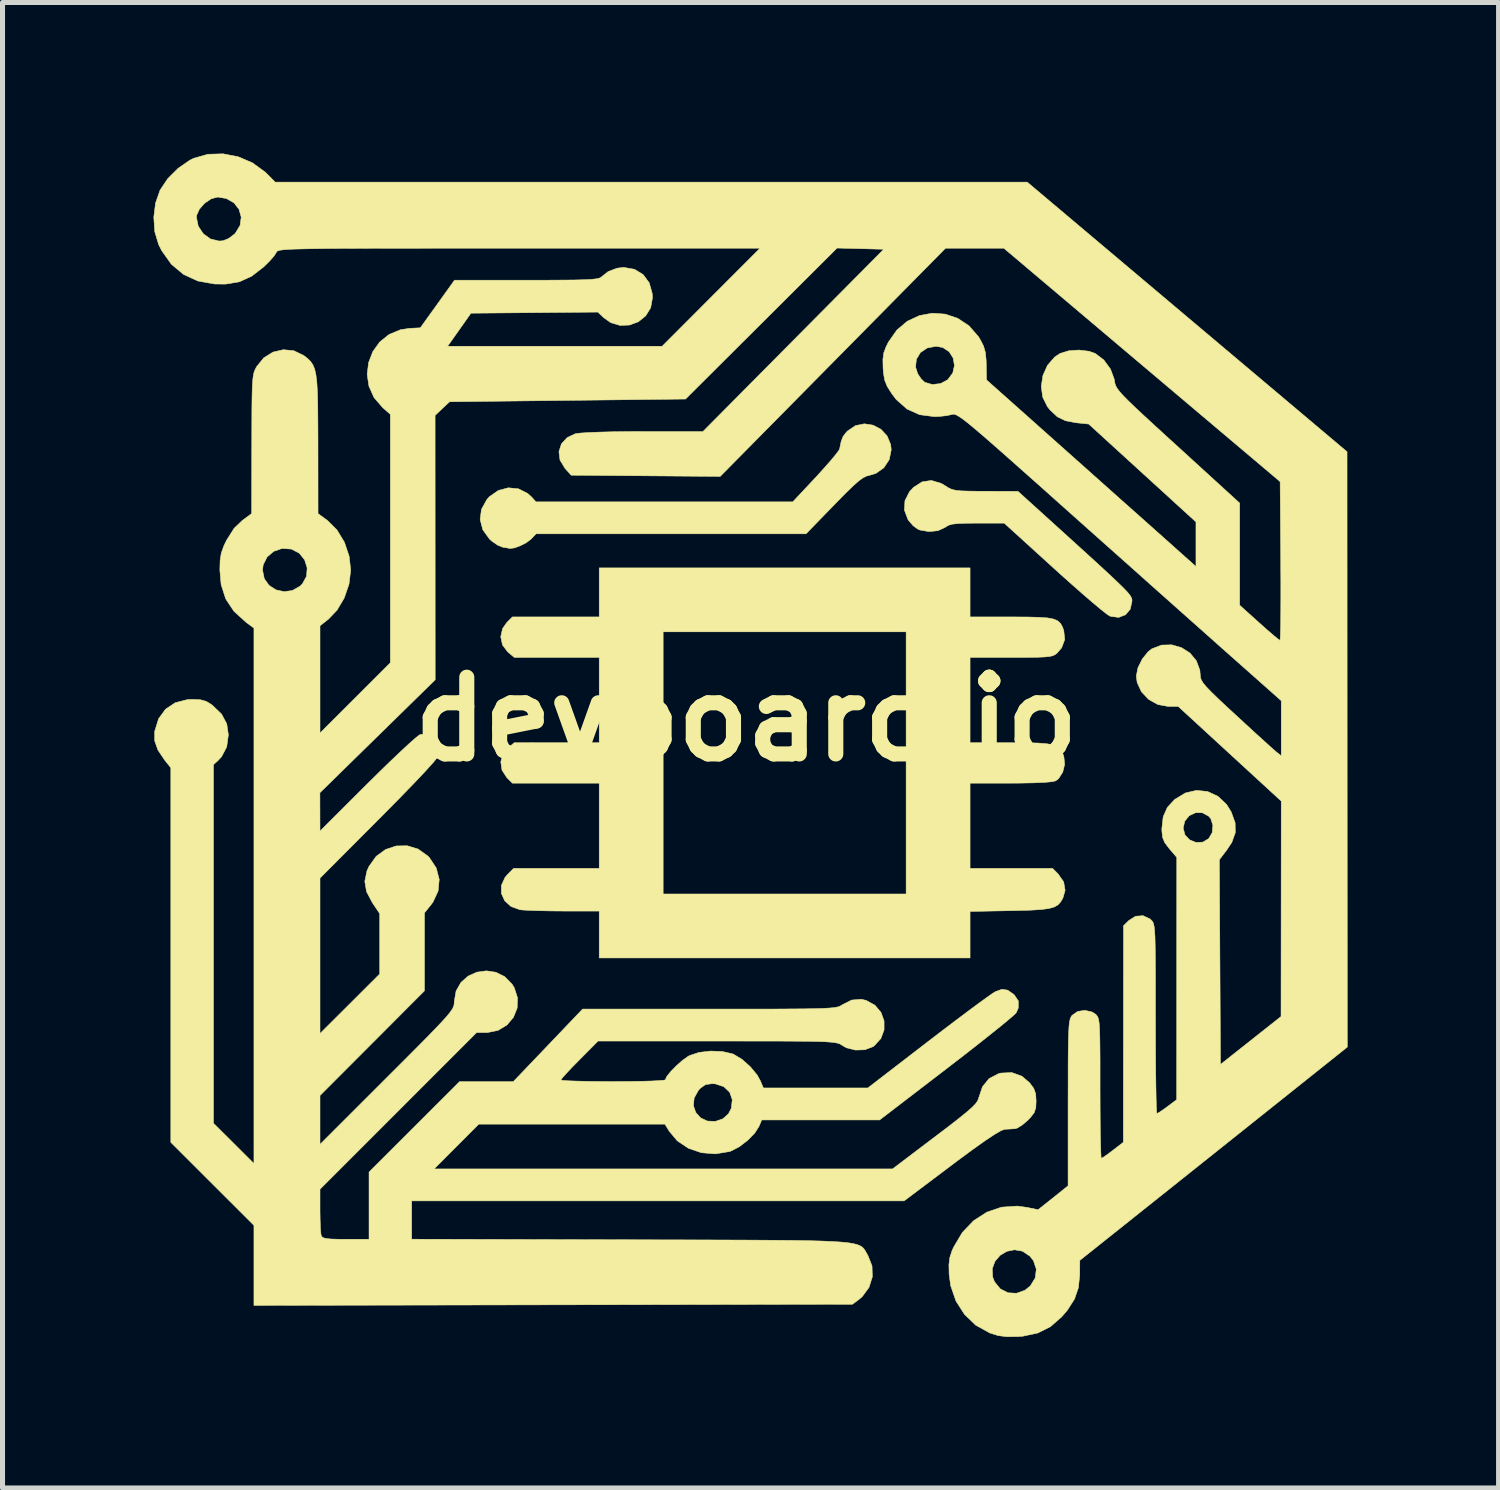
<source format=kicad_pcb>
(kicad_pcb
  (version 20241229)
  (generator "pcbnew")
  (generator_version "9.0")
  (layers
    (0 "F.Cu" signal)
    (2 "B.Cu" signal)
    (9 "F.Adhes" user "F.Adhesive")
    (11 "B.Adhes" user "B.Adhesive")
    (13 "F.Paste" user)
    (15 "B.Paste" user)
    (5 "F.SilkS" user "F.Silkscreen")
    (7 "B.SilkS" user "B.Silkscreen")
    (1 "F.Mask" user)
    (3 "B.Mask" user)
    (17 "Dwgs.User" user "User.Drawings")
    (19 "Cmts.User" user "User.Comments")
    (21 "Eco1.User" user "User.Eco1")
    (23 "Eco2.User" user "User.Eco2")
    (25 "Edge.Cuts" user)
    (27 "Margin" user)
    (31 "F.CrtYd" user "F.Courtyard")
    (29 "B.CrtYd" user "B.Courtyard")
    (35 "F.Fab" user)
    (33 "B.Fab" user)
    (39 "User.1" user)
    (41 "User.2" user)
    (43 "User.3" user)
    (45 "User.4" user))
  (footprint "devboard.io"
    (layer "F.Cu")
    (at 11.773 11.236)
    (property "Reference" "devboard.io" (at 0 0 0) (layer "F.SilkS") (effects (font (size 1.524 1.524) (thickness 0.3))))
    (attr through_hole)
    (fp_poly (pts (xy 2.518 -5.841) (xy 2.675 -5.759) (xy 2.797 -5.628) (xy 2.868 -5.457) (xy 2.879 -5.351) (xy 2.84 -5.158) (xy 2.734 -4.996) (xy 2.576 -4.884) (xy 2.456 -4.847) (xy 2.389 -4.83) (xy 2.319 -4.795) (xy 2.235 -4.735) (xy 2.128 -4.64) (xy 1.986 -4.503) (xy 1.8 -4.314) (xy 1.739 -4.251) (xy 1.187 -3.683) (xy -4.176 -3.683) (xy -4.276 -3.577) (xy -4.364 -3.51) (xy -4.485 -3.447) (xy -4.606 -3.403) (xy -4.693 -3.392) (xy -4.699 -3.393) (xy -4.752 -3.403) (xy -4.838 -3.417) (xy -4.939 -3.458) (xy -5.056 -3.539) (xy -5.101 -3.58) (xy -5.233 -3.764) (xy -5.286 -3.965) (xy -5.26 -4.168) (xy -5.155 -4.36) (xy -5.1 -4.422) (xy -4.923 -4.545) (xy -4.725 -4.597) (xy -4.525 -4.577) (xy -4.342 -4.485) (xy -4.259 -4.409) (xy -4.178 -4.318) (xy 0.924 -4.318) (xy 1.383 -4.808) (xy 1.54 -4.981) (xy 1.676 -5.135) (xy 1.78 -5.261) (xy 1.842 -5.345) (xy 1.854 -5.369) (xy 1.885 -5.519) (xy 1.924 -5.618) (xy 1.987 -5.7) (xy 2.011 -5.725) (xy 2.169 -5.832) (xy 2.344 -5.868) (xy 2.518 -5.841)) (stroke (width 0.01) (type solid)) (fill yes) (layer "F.SilkS"))
    (fp_poly (pts (xy 3.869 -4.686) (xy 3.954 -4.636) (xy 4.018 -4.595) (xy 4.081 -4.566) (xy 4.16 -4.547) (xy 4.269 -4.536) (xy 4.424 -4.531) (xy 4.642 -4.528) (xy 4.754 -4.528) (xy 5.397 -4.526) (xy 6.287 -3.72) (xy 6.616 -3.421) (xy 6.889 -3.173) (xy 7.109 -2.971) (xy 7.283 -2.809) (xy 7.416 -2.682) (xy 7.514 -2.585) (xy 7.582 -2.512) (xy 7.625 -2.457) (xy 7.649 -2.416) (xy 7.66 -2.382) (xy 7.662 -2.35) (xy 7.662 -2.346) (xy 7.627 -2.186) (xy 7.533 -2.075) (xy 7.398 -2.023) (xy 7.24 -2.043) (xy 7.215 -2.053) (xy 7.153 -2.095) (xy 7.038 -2.186) (xy 6.879 -2.319) (xy 6.683 -2.488) (xy 6.459 -2.685) (xy 6.217 -2.901) (xy 6.107 -3.001) (xy 5.124 -3.895) (xy 4.59 -3.895) (xy 4.362 -3.893) (xy 4.203 -3.887) (xy 4.094 -3.875) (xy 4.02 -3.854) (xy 3.963 -3.821) (xy 3.949 -3.81) (xy 3.807 -3.745) (xy 3.629 -3.727) (xy 3.451 -3.758) (xy 3.409 -3.775) (xy 3.314 -3.844) (xy 3.223 -3.95) (xy 3.211 -3.968) (xy 3.141 -4.154) (xy 3.152 -4.342) (xy 3.242 -4.519) (xy 3.32 -4.604) (xy 3.493 -4.715) (xy 3.676 -4.743) (xy 3.869 -4.686)) (stroke (width 0.01) (type solid)) (fill yes) (layer "F.SilkS"))
    (fp_poly (pts (xy 4.445 -2.032) (xy 5.261 -2.032) (xy 5.57 -2.031) (xy 5.806 -2.025) (xy 5.98 -2.013) (xy 6.103 -1.99) (xy 6.187 -1.954) (xy 6.242 -1.903) (xy 6.281 -1.832) (xy 6.306 -1.763) (xy 6.326 -1.583) (xy 6.264 -1.419) (xy 6.175 -1.316) (xy 6.138 -1.286) (xy 6.092 -1.263) (xy 6.026 -1.247) (xy 5.927 -1.237) (xy 5.783 -1.231) (xy 5.581 -1.228) (xy 5.308 -1.228) (xy 5.263 -1.228) (xy 4.445 -1.228) (xy 4.445 0.466) (xy 5.251 0.466) (xy 5.563 0.467) (xy 5.802 0.473) (xy 5.978 0.488) (xy 6.103 0.512) (xy 6.189 0.551) (xy 6.246 0.606) (xy 6.286 0.68) (xy 6.308 0.741) (xy 6.324 0.896) (xy 6.285 1.053) (xy 6.203 1.18) (xy 6.145 1.224) (xy 6.069 1.241) (xy 5.917 1.255) (xy 5.699 1.264) (xy 5.422 1.269) (xy 5.252 1.27) (xy 4.445 1.27) (xy 4.445 2.963) (xy 6.084 2.963) (xy 6.193 3.072) (xy 6.304 3.23) (xy 6.333 3.399) (xy 6.289 3.552) (xy 6.244 3.629) (xy 6.191 3.687) (xy 6.118 3.729) (xy 6.013 3.759) (xy 5.865 3.779) (xy 5.661 3.792) (xy 5.391 3.8) (xy 5.239 3.803) (xy 4.445 3.818) (xy 4.445 4.741) (xy -2.921 4.741) (xy -2.921 3.81) (xy -3.63 3.81) (xy -3.879 3.808) (xy -4.111 3.803) (xy -4.305 3.797) (xy -4.445 3.789) (xy -4.498 3.783) (xy -4.674 3.719) (xy -4.798 3.606) (xy -4.864 3.46) (xy -4.864 3.3) (xy -4.793 3.144) (xy -4.745 3.087) (xy -4.621 2.963) (xy -2.921 2.963) (xy -2.921 1.27) (xy -4.645 1.27) (xy -4.757 1.158) (xy -4.852 1.011) (xy -4.876 0.845) (xy -4.829 0.685) (xy -4.738 0.575) (xy -4.608 0.466) (xy -2.921 0.466) (xy -2.921 -1.228) (xy -3.764 -1.228) (xy -4.608 -1.228) (xy -4.738 -1.337) (xy -4.842 -1.475) (xy -4.877 -1.637) (xy -4.855 -1.736) (xy -1.651 -1.736) (xy -1.651 3.471) (xy 3.175 3.471) (xy 3.175 -1.736) (xy -1.651 -1.736) (xy -4.855 -1.736) (xy -4.84 -1.801) (xy -4.757 -1.92) (xy -4.645 -2.032) (xy -2.921 -2.032) (xy -2.921 -3.006) (xy 4.445 -3.006) (xy 4.445 -2.032)) (stroke (width 0.01) (type solid)) (fill yes) (layer "F.SilkS"))
    (fp_poly (pts (xy -10.092 -11.173) (xy -9.807 -11.051) (xy -9.558 -10.869) (xy -9.529 -10.842) (xy -9.356 -10.668) (xy 5.581 -10.668) (xy 8.757 -7.99) (xy 11.933 -5.313) (xy 11.935 0.6) (xy 11.938 6.512) (xy 9.282 8.631) (xy 6.625 10.749) (xy 6.623 11.037) (xy 6.597 11.292) (xy 6.519 11.518) (xy 6.379 11.737) (xy 6.265 11.87) (xy 6.041 12.066) (xy 5.789 12.192) (xy 5.493 12.255) (xy 5.378 12.263) (xy 5.17 12.264) (xy 5.005 12.243) (xy 4.845 12.193) (xy 4.83 12.187) (xy 4.558 12.036) (xy 4.334 11.821) (xy 4.165 11.556) (xy 4.06 11.252) (xy 4.029 11.02) (xy 4.027 10.914) (xy 4.886 10.914) (xy 4.894 11.079) (xy 4.931 11.174) (xy 5.046 11.315) (xy 5.198 11.392) (xy 5.367 11.402) (xy 5.534 11.343) (xy 5.641 11.257) (xy 5.74 11.097) (xy 5.761 10.923) (xy 5.705 10.755) (xy 5.634 10.665) (xy 5.486 10.566) (xy 5.329 10.538) (xy 5.176 10.569) (xy 5.041 10.649) (xy 4.94 10.768) (xy 4.886 10.914) (xy 4.027 10.914) (xy 4.025 10.836) (xy 4.042 10.696) (xy 4.085 10.562) (xy 4.117 10.489) (xy 4.292 10.194) (xy 4.516 9.96) (xy 4.778 9.791) (xy 5.069 9.692) (xy 5.379 9.67) (xy 5.568 9.695) (xy 5.797 9.742) (xy 6.095 9.505) (xy 6.392 9.267) (xy 6.392 7.623) (xy 6.393 7.205) (xy 6.393 6.863) (xy 6.395 6.59) (xy 6.399 6.376) (xy 6.404 6.214) (xy 6.411 6.094) (xy 6.421 6.01) (xy 6.434 5.952) (xy 6.45 5.913) (xy 6.47 5.883) (xy 6.472 5.881) (xy 6.582 5.804) (xy 6.726 5.782) (xy 6.869 5.815) (xy 6.941 5.861) (xy 6.964 5.886) (xy 6.983 5.917) (xy 6.998 5.964) (xy 7.009 6.036) (xy 7.017 6.143) (xy 7.022 6.292) (xy 7.025 6.494) (xy 7.027 6.756) (xy 7.027 7.089) (xy 7.027 7.33) (xy 7.028 7.664) (xy 7.03 7.968) (xy 7.033 8.235) (xy 7.038 8.452) (xy 7.043 8.612) (xy 7.048 8.703) (xy 7.052 8.721) (xy 7.097 8.697) (xy 7.186 8.635) (xy 7.283 8.562) (xy 7.489 8.403) (xy 7.493 4.102) (xy 7.597 3.999) (xy 7.733 3.913) (xy 7.882 3.902) (xy 8.02 3.967) (xy 8.035 3.981) (xy 8.057 4.003) (xy 8.076 4.028) (xy 8.09 4.065) (xy 8.102 4.122) (xy 8.111 4.205) (xy 8.118 4.322) (xy 8.122 4.482) (xy 8.125 4.691) (xy 8.127 4.958) (xy 8.128 5.29) (xy 8.128 5.695) (xy 8.128 5.949) (xy 8.129 6.34) (xy 8.13 6.702) (xy 8.133 7.029) (xy 8.137 7.312) (xy 8.141 7.541) (xy 8.146 7.71) (xy 8.151 7.809) (xy 8.156 7.832) (xy 8.202 7.808) (xy 8.292 7.748) (xy 8.366 7.694) (xy 8.549 7.556) (xy 8.55 5.15) (xy 8.551 2.744) (xy 8.403 2.571) (xy 8.313 2.453) (xy 8.269 2.348) (xy 8.255 2.215) (xy 8.255 2.17) (xy 8.256 2.162) (xy 8.678 2.162) (xy 8.714 2.298) (xy 8.807 2.396) (xy 8.932 2.447) (xy 9.068 2.441) (xy 9.186 2.371) (xy 9.255 2.251) (xy 9.268 2.107) (xy 9.227 1.976) (xy 9.186 1.926) (xy 9.057 1.857) (xy 8.92 1.858) (xy 8.797 1.917) (xy 8.709 2.026) (xy 8.678 2.162) (xy 8.256 2.162) (xy 8.281 1.937) (xy 8.364 1.751) (xy 8.509 1.594) (xy 8.721 1.465) (xy 8.943 1.413) (xy 9.164 1.436) (xy 9.367 1.53) (xy 9.539 1.691) (xy 9.633 1.842) (xy 9.71 2.057) (xy 9.714 2.252) (xy 9.644 2.447) (xy 9.542 2.6) (xy 9.397 2.79) (xy 9.419 6.857) (xy 10.02 6.381) (xy 10.622 5.905) (xy 10.624 3.766) (xy 10.626 1.626) (xy 9.603 0.686) (xy 8.58 -0.254) (xy 8.382 -0.254) (xy 8.175 -0.292) (xy 7.992 -0.394) (xy 7.849 -0.545) (xy 7.764 -0.729) (xy 7.747 -0.858) (xy 7.78 -1.022) (xy 7.865 -1.195) (xy 7.982 -1.341) (xy 8.056 -1.399) (xy 8.25 -1.473) (xy 8.452 -1.478) (xy 8.645 -1.422) (xy 8.814 -1.314) (xy 8.94 -1.162) (xy 9.009 -0.976) (xy 9.017 -0.886) (xy 9.021 -0.834) (xy 9.037 -0.782) (xy 9.073 -0.722) (xy 9.136 -0.645) (xy 9.234 -0.543) (xy 9.375 -0.406) (xy 9.566 -0.227) (xy 9.724 -0.082) (xy 9.933 0.111) (xy 10.126 0.288) (xy 10.294 0.44) (xy 10.424 0.558) (xy 10.508 0.632) (xy 10.528 0.649) (xy 10.626 0.726) (xy 10.626 -0.368) (xy 9.39 -1.464) (xy 9.122 -1.703) (xy 8.801 -1.988) (xy 8.439 -2.31) (xy 8.046 -2.66) (xy 7.634 -3.028) (xy 7.212 -3.403) (xy 6.792 -3.777) (xy 6.385 -4.14) (xy 6.174 -4.328) (xy 5.771 -4.688) (xy 5.425 -4.995) (xy 5.133 -5.254) (xy 4.89 -5.468) (xy 4.69 -5.642) (xy 4.529 -5.779) (xy 4.402 -5.884) (xy 4.304 -5.96) (xy 4.23 -6.011) (xy 4.176 -6.042) (xy 4.137 -6.057) (xy 4.107 -6.059) (xy 4.084 -6.053) (xy 3.979 -6.03) (xy 3.831 -6.014) (xy 3.731 -6.011) (xy 3.443 -6.049) (xy 3.192 -6.162) (xy 2.978 -6.352) (xy 2.894 -6.461) (xy 2.801 -6.608) (xy 2.75 -6.732) (xy 2.725 -6.876) (xy 2.717 -6.978) (xy 2.717 -6.995) (xy 3.363 -6.995) (xy 3.405 -6.863) (xy 3.473 -6.761) (xy 3.544 -6.693) (xy 3.545 -6.692) (xy 3.694 -6.649) (xy 3.859 -6.667) (xy 4 -6.742) (xy 4.101 -6.876) (xy 4.135 -7.026) (xy 4.109 -7.174) (xy 4.03 -7.3) (xy 3.903 -7.384) (xy 3.77 -7.408) (xy 3.593 -7.374) (xy 3.459 -7.283) (xy 3.379 -7.151) (xy 3.363 -6.995) (xy 2.717 -6.995) (xy 2.714 -7.148) (xy 2.731 -7.276) (xy 2.778 -7.401) (xy 2.824 -7.492) (xy 2.992 -7.731) (xy 3.201 -7.907) (xy 3.44 -8.018) (xy 3.695 -8.065) (xy 3.952 -8.047) (xy 4.199 -7.964) (xy 4.423 -7.816) (xy 4.61 -7.601) (xy 4.643 -7.548) (xy 4.712 -7.415) (xy 4.749 -7.287) (xy 4.765 -7.126) (xy 4.767 -7.042) (xy 4.772 -6.74) (xy 6.757 -4.972) (xy 7.108 -4.659) (xy 7.442 -4.361) (xy 7.754 -4.084) (xy 8.038 -3.831) (xy 8.287 -3.609) (xy 8.498 -3.421) (xy 8.662 -3.274) (xy 8.776 -3.173) (xy 8.834 -3.122) (xy 8.837 -3.119) (xy 8.932 -3.033) (xy 8.932 -3.919) (xy 6.802 -5.863) (xy 6.558 -5.888) (xy 6.343 -5.928) (xy 6.179 -6.007) (xy 6.035 -6.143) (xy 5.982 -6.208) (xy 5.888 -6.398) (xy 5.859 -6.611) (xy 5.893 -6.829) (xy 5.983 -7.03) (xy 6.126 -7.194) (xy 6.232 -7.265) (xy 6.403 -7.318) (xy 6.608 -7.333) (xy 6.808 -7.309) (xy 6.931 -7.266) (xy 7.101 -7.137) (xy 7.234 -6.956) (xy 7.309 -6.754) (xy 7.314 -6.72) (xy 7.322 -6.673) (xy 7.337 -6.627) (xy 7.365 -6.575) (xy 7.412 -6.512) (xy 7.483 -6.432) (xy 7.585 -6.328) (xy 7.724 -6.194) (xy 7.905 -6.025) (xy 8.134 -5.814) (xy 8.417 -5.555) (xy 8.569 -5.417) (xy 9.8 -4.293) (xy 9.8 -2.265) (xy 10.188 -1.916) (xy 10.338 -1.782) (xy 10.466 -1.672) (xy 10.558 -1.596) (xy 10.601 -1.566) (xy 10.601 -1.566) (xy 10.607 -1.607) (xy 10.611 -1.723) (xy 10.615 -1.906) (xy 10.617 -2.145) (xy 10.618 -2.431) (xy 10.618 -2.756) (xy 10.616 -3.11) (xy 10.616 -3.143) (xy 10.604 -4.719) (xy 7.86 -7.037) (xy 5.116 -9.356) (xy 3.958 -9.356) (xy 1.72 -7.089) (xy -0.518 -4.823) (xy -3.478 -4.847) (xy -3.602 -4.985) (xy -3.7 -5.148) (xy -3.721 -5.315) (xy -3.671 -5.471) (xy -3.555 -5.596) (xy -3.395 -5.671) (xy -3.308 -5.683) (xy -3.148 -5.694) (xy -2.925 -5.703) (xy -2.651 -5.71) (xy -2.336 -5.714) (xy -2.049 -5.715) (xy -0.86 -5.715) (xy 0.935 -7.525) (xy 2.731 -9.335) (xy 2.267 -9.347) (xy 1.803 -9.359) (xy 0.298 -7.859) (xy -1.206 -6.36) (xy -3.55 -6.333) (xy -5.893 -6.306) (xy -6.037 -6.171) (xy -6.181 -6.035) (xy -6.18 -3.409) (xy -6.179 -0.783) (xy -8.469 1.46) (xy -8.468 1.841) (xy -8.467 2.222) (xy -7.525 1.282) (xy -7.289 1.049) (xy -7.068 0.834) (xy -6.87 0.646) (xy -6.703 0.491) (xy -6.576 0.378) (xy -6.496 0.315) (xy -6.477 0.304) (xy -6.327 0.287) (xy -6.195 0.339) (xy -6.101 0.441) (xy -6.063 0.579) (xy -6.072 0.663) (xy -6.113 0.731) (xy -6.216 0.857) (xy -6.381 1.04) (xy -6.608 1.28) (xy -6.897 1.578) (xy -7.248 1.933) (xy -7.284 1.969) (xy -8.467 3.156) (xy -8.467 4.699) (xy -8.467 6.243) (xy -7.874 5.652) (xy -7.281 5.06) (xy -7.281 3.861) (xy -7.429 3.641) (xy -7.543 3.424) (xy -7.577 3.219) (xy -7.534 3.012) (xy -7.493 2.922) (xy -7.351 2.723) (xy -7.166 2.588) (xy -6.955 2.517) (xy -6.735 2.513) (xy -6.52 2.578) (xy -6.327 2.715) (xy -6.293 2.75) (xy -6.157 2.957) (xy -6.099 3.182) (xy -6.121 3.412) (xy -6.222 3.631) (xy -6.264 3.687) (xy -6.392 3.847) (xy -6.392 5.394) (xy -7.429 6.434) (xy -8.467 7.474) (xy -8.467 8.445) (xy -7.133 7.112) (xy -6.816 6.795) (xy -6.553 6.531) (xy -6.34 6.316) (xy -6.172 6.143) (xy -6.043 6.006) (xy -5.947 5.9) (xy -5.881 5.818) (xy -5.838 5.756) (xy -5.814 5.706) (xy -5.803 5.664) (xy -5.8 5.623) (xy -5.8 5.609) (xy -5.764 5.398) (xy -5.667 5.228) (xy -5.525 5.102) (xy -5.352 5.024) (xy -5.163 4.998) (xy -4.973 5.026) (xy -4.798 5.113) (xy -4.652 5.262) (xy -4.608 5.333) (xy -4.543 5.536) (xy -4.551 5.738) (xy -4.625 5.922) (xy -4.754 6.074) (xy -4.929 6.18) (xy -5.141 6.223) (xy -5.161 6.223) (xy -5.356 6.223) (xy -8.467 9.335) (xy -8.467 9.765) (xy -8.464 9.954) (xy -8.458 10.115) (xy -8.448 10.227) (xy -8.441 10.262) (xy -8.416 10.293) (xy -8.358 10.312) (xy -8.253 10.324) (xy -8.087 10.329) (xy -7.954 10.329) (xy -7.493 10.329) (xy -7.493 8.995) (xy -6.593 8.096) (xy -6.172 7.675) (xy -1.05 7.675) (xy -1.003 7.811) (xy -0.907 7.918) (xy -0.774 7.981) (xy -0.615 7.988) (xy -0.467 7.938) (xy -0.356 7.84) (xy -0.299 7.733) (xy -0.278 7.557) (xy -0.33 7.408) (xy -0.445 7.299) (xy -0.613 7.243) (xy -0.683 7.239) (xy -0.81 7.257) (xy -0.91 7.327) (xy -0.949 7.369) (xy -1.035 7.523) (xy -1.05 7.675) (xy -6.172 7.675) (xy -5.693 7.197) (xy -4.626 7.197) (xy -3.938 6.477) (xy -3.251 5.757) (xy -0.732 5.757) (xy -0.207 5.757) (xy 0.24 5.757) (xy 0.616 5.756) (xy 0.927 5.754) (xy 1.18 5.752) (xy 1.381 5.748) (xy 1.538 5.743) (xy 1.656 5.736) (xy 1.743 5.728) (xy 1.805 5.717) (xy 1.848 5.705) (xy 1.879 5.69) (xy 1.901 5.675) (xy 2.093 5.578) (xy 2.284 5.562) (xy 2.383 5.585) (xy 2.557 5.681) (xy 2.676 5.823) (xy 2.737 5.992) (xy 2.737 6.172) (xy 2.673 6.342) (xy 2.544 6.484) (xy 2.515 6.505) (xy 2.356 6.565) (xy 2.169 6.571) (xy 1.99 6.526) (xy 1.915 6.484) (xy 1.886 6.464) (xy 1.855 6.448) (xy 1.814 6.434) (xy 1.757 6.423) (xy 1.676 6.414) (xy 1.566 6.406) (xy 1.418 6.401) (xy 1.227 6.397) (xy 0.984 6.395) (xy 0.684 6.393) (xy 0.32 6.393) (xy -0.117 6.392) (xy -0.579 6.392) (xy -2.944 6.392) (xy -3.313 6.764) (xy -3.455 6.908) (xy -3.571 7.031) (xy -3.651 7.121) (xy -3.683 7.165) (xy -3.683 7.166) (xy -3.643 7.174) (xy -3.529 7.182) (xy -3.354 7.188) (xy -3.128 7.193) (xy -2.863 7.196) (xy -2.646 7.197) (xy -2.36 7.195) (xy -2.104 7.192) (xy -1.889 7.186) (xy -1.728 7.178) (xy -1.632 7.169) (xy -1.609 7.162) (xy -1.578 7.095) (xy -1.499 6.996) (xy -1.389 6.884) (xy -1.27 6.778) (xy -1.158 6.698) (xy -1.128 6.681) (xy -0.939 6.618) (xy -0.709 6.591) (xy -0.475 6.6) (xy -0.273 6.646) (xy -0.25 6.656) (xy -0.085 6.755) (xy 0.08 6.902) (xy 0.216 7.066) (xy 0.28 7.182) (xy 0.34 7.324) (xy 2.414 7.324) (xy 3.609 6.404) (xy 3.892 6.187) (xy 4.159 5.985) (xy 4.401 5.803) (xy 4.61 5.648) (xy 4.777 5.527) (xy 4.893 5.445) (xy 4.946 5.412) (xy 5.078 5.364) (xy 5.191 5.381) (xy 5.314 5.466) (xy 5.323 5.475) (xy 5.404 5.595) (xy 5.403 5.735) (xy 5.364 5.827) (xy 5.32 5.872) (xy 5.216 5.962) (xy 5.06 6.091) (xy 4.858 6.253) (xy 4.62 6.442) (xy 4.352 6.652) (xy 4.061 6.876) (xy 3.981 6.938) (xy 2.649 7.959) (xy 0.307 7.959) (xy 0.253 8.087) (xy 0.167 8.222) (xy 0.029 8.363) (xy -0.135 8.489) (xy -0.296 8.574) (xy -0.33 8.586) (xy -0.614 8.633) (xy -0.893 8.61) (xy -1.151 8.521) (xy -1.371 8.373) (xy -1.528 8.186) (xy -1.616 8.043) (xy -5.314 8.043) (xy -6.2 8.932) (xy 2.906 8.932) (xy 3.749 8.293) (xy 4.016 8.091) (xy 4.221 7.931) (xy 4.374 7.807) (xy 4.482 7.713) (xy 4.553 7.64) (xy 4.594 7.583) (xy 4.614 7.533) (xy 4.617 7.521) (xy 4.692 7.299) (xy 4.823 7.138) (xy 5.01 7.04) (xy 5.058 7.028) (xy 5.275 7.018) (xy 5.474 7.09) (xy 5.627 7.22) (xy 5.71 7.332) (xy 5.749 7.442) (xy 5.757 7.584) (xy 5.751 7.719) (xy 5.719 7.814) (xy 5.647 7.908) (xy 5.593 7.964) (xy 5.485 8.057) (xy 5.385 8.119) (xy 5.339 8.133) (xy 5.226 8.14) (xy 5.133 8.145) (xy 5.061 8.171) (xy 4.932 8.246) (xy 4.745 8.37) (xy 4.497 8.547) (xy 4.187 8.775) (xy 4.076 8.859) (xy 3.135 9.567) (xy -6.646 9.567) (xy -6.646 10.328) (xy -2.297 10.339) (xy -1.579 10.341) (xy -0.941 10.342) (xy -0.379 10.344) (xy 0.114 10.346) (xy 0.542 10.349) (xy 0.909 10.352) (xy 1.221 10.357) (xy 1.482 10.364) (xy 1.697 10.373) (xy 1.872 10.384) (xy 2.011 10.397) (xy 2.118 10.414) (xy 2.199 10.434) (xy 2.259 10.458) (xy 2.303 10.485) (xy 2.335 10.517) (xy 2.36 10.553) (xy 2.383 10.594) (xy 2.41 10.641) (xy 2.416 10.652) (xy 2.498 10.859) (xy 2.504 11.076) (xy 2.438 11.285) (xy 2.304 11.468) (xy 2.23 11.531) (xy 2.11 11.62) (xy -9.779 11.643) (xy -9.779 10.053) (xy -11.43 8.404) (xy -11.43 0.965) (xy -11.556 0.806) (xy -11.687 0.61) (xy -11.75 0.431) (xy -11.751 0.248) (xy -11.749 0.235) (xy -11.673 -0.01) (xy -11.535 -0.199) (xy -11.342 -0.328) (xy -11.101 -0.39) (xy -11.004 -0.395) (xy -10.842 -0.387) (xy -10.726 -0.355) (xy -10.616 -0.287) (xy -10.604 -0.277) (xy -10.422 -0.102) (xy -10.319 0.092) (xy -10.287 0.309) (xy -10.32 0.55) (xy -10.422 0.744) (xy -10.494 0.822) (xy -10.583 0.902) (xy -10.583 8.024) (xy -10.181 8.424) (xy -9.779 8.825) (xy -9.779 -1.81) (xy -9.938 -1.928) (xy -10.177 -2.145) (xy -10.34 -2.391) (xy -10.431 -2.675) (xy -10.456 -2.963) (xy -9.609 -2.963) (xy -9.573 -2.791) (xy -9.478 -2.658) (xy -9.341 -2.57) (xy -9.18 -2.534) (xy -9.015 -2.557) (xy -8.862 -2.644) (xy -8.816 -2.69) (xy -8.734 -2.84) (xy -8.722 -3.006) (xy -8.772 -3.165) (xy -8.878 -3.297) (xy -9.033 -3.379) (xy -9.038 -3.38) (xy -9.22 -3.392) (xy -9.386 -3.335) (xy -9.517 -3.223) (xy -9.595 -3.069) (xy -9.609 -2.963) (xy -10.456 -2.963) (xy -10.456 -2.967) (xy -10.451 -3.155) (xy -10.428 -3.299) (xy -10.379 -3.438) (xy -10.325 -3.551) (xy -10.172 -3.794) (xy -10.009 -3.949) (xy -9.825 -4.085) (xy -9.822 -5.461) (xy -9.821 -5.839) (xy -9.82 -6.142) (xy -9.817 -6.38) (xy -9.813 -6.562) (xy -9.806 -6.697) (xy -9.796 -6.797) (xy -9.783 -6.87) (xy -9.765 -6.925) (xy -9.742 -6.973) (xy -9.725 -7.004) (xy -9.584 -7.178) (xy -9.401 -7.292) (xy -9.196 -7.34) (xy -8.987 -7.32) (xy -8.792 -7.226) (xy -8.779 -7.217) (xy -8.709 -7.161) (xy -8.652 -7.105) (xy -8.608 -7.039) (xy -8.573 -6.955) (xy -8.548 -6.843) (xy -8.53 -6.695) (xy -8.518 -6.5) (xy -8.512 -6.25) (xy -8.509 -5.936) (xy -8.507 -5.548) (xy -8.507 -5.452) (xy -8.506 -4.085) (xy -8.32 -3.949) (xy -8.13 -3.76) (xy -7.982 -3.516) (xy -7.888 -3.237) (xy -7.857 -2.963) (xy -7.891 -2.683) (xy -7.985 -2.409) (xy -8.129 -2.166) (xy -8.299 -1.988) (xy -8.467 -1.856) (xy -8.467 -0.791) (xy -8.467 0.274) (xy -7.768 -0.423) (xy -7.07 -1.121) (xy -7.07 -3.589) (xy -7.07 -6.056) (xy -7.224 -6.192) (xy -7.395 -6.391) (xy -7.495 -6.615) (xy -7.53 -6.85) (xy -7.502 -7.083) (xy -7.418 -7.302) (xy -7.281 -7.493) (xy -7.096 -7.642) (xy -6.868 -7.737) (xy -6.688 -7.764) (xy -6.474 -7.775) (xy -6.134 -8.248) (xy -5.795 -8.721) (xy -4.363 -8.721) (xy -3.971 -8.721) (xy -3.656 -8.723) (xy -3.408 -8.725) (xy -3.22 -8.73) (xy -3.082 -8.737) (xy -2.987 -8.747) (xy -2.926 -8.759) (xy -2.89 -8.775) (xy -2.876 -8.787) (xy -2.743 -8.892) (xy -2.567 -8.959) (xy -2.434 -8.975) (xy -2.22 -8.937) (xy -2.048 -8.832) (xy -1.927 -8.668) (xy -1.868 -8.456) (xy -1.863 -8.371) (xy -1.899 -8.172) (xy -1.998 -8.012) (xy -2.143 -7.895) (xy -2.318 -7.83) (xy -2.507 -7.822) (xy -2.693 -7.878) (xy -2.836 -7.98) (xy -2.948 -8.087) (xy -4.209 -8.076) (xy -5.469 -8.065) (xy -5.701 -7.736) (xy -5.933 -7.408) (xy -1.671 -7.408) (xy -0.699 -8.382) (xy 0.274 -9.356) (xy -4.517 -9.356) (xy -5.255 -9.356) (xy -5.914 -9.356) (xy -6.497 -9.355) (xy -7.009 -9.355) (xy -7.455 -9.354) (xy -7.84 -9.352) (xy -8.168 -9.351) (xy -8.443 -9.348) (xy -8.67 -9.345) (xy -8.855 -9.341) (xy -9.001 -9.337) (xy -9.113 -9.331) (xy -9.196 -9.325) (xy -9.254 -9.317) (xy -9.292 -9.308) (xy -9.315 -9.298) (xy -9.327 -9.287) (xy -9.333 -9.275) (xy -9.334 -9.273) (xy -9.377 -9.205) (xy -9.466 -9.103) (xy -9.582 -8.988) (xy -9.59 -8.981) (xy -9.827 -8.798) (xy -10.07 -8.688) (xy -10.342 -8.643) (xy -10.56 -8.645) (xy -10.891 -8.704) (xy -11.177 -8.835) (xy -11.418 -9.036) (xy -11.612 -9.309) (xy -11.673 -9.431) (xy -11.749 -9.684) (xy -11.768 -9.968) (xy -11.768 -9.972) (xy -10.922 -9.972) (xy -10.885 -9.792) (xy -10.785 -9.643) (xy -10.641 -9.539) (xy -10.469 -9.498) (xy -10.393 -9.504) (xy -10.281 -9.549) (xy -10.168 -9.634) (xy -10.149 -9.653) (xy -10.054 -9.809) (xy -10.032 -9.973) (xy -10.075 -10.128) (xy -10.176 -10.257) (xy -10.327 -10.343) (xy -10.5 -10.372) (xy -10.629 -10.337) (xy -10.759 -10.249) (xy -10.863 -10.131) (xy -10.919 -10.006) (xy -10.922 -9.972) (xy -11.768 -9.972) (xy -11.733 -10.254) (xy -11.643 -10.511) (xy -11.642 -10.512) (xy -11.491 -10.738) (xy -11.284 -10.944) (xy -11.051 -11.105) (xy -10.976 -11.142) (xy -10.695 -11.222) (xy -10.394 -11.231) (xy -10.092 -11.173)) (stroke (width 0.01) (type solid)) (fill yes) (layer "F.SilkS")))
  (gr_rect
    (start -3 -3)
    (end 26.716 26.506)
    (stroke (width 0.1) (type default))
    (fill no)
    (layer "Edge.Cuts")))
</source>
